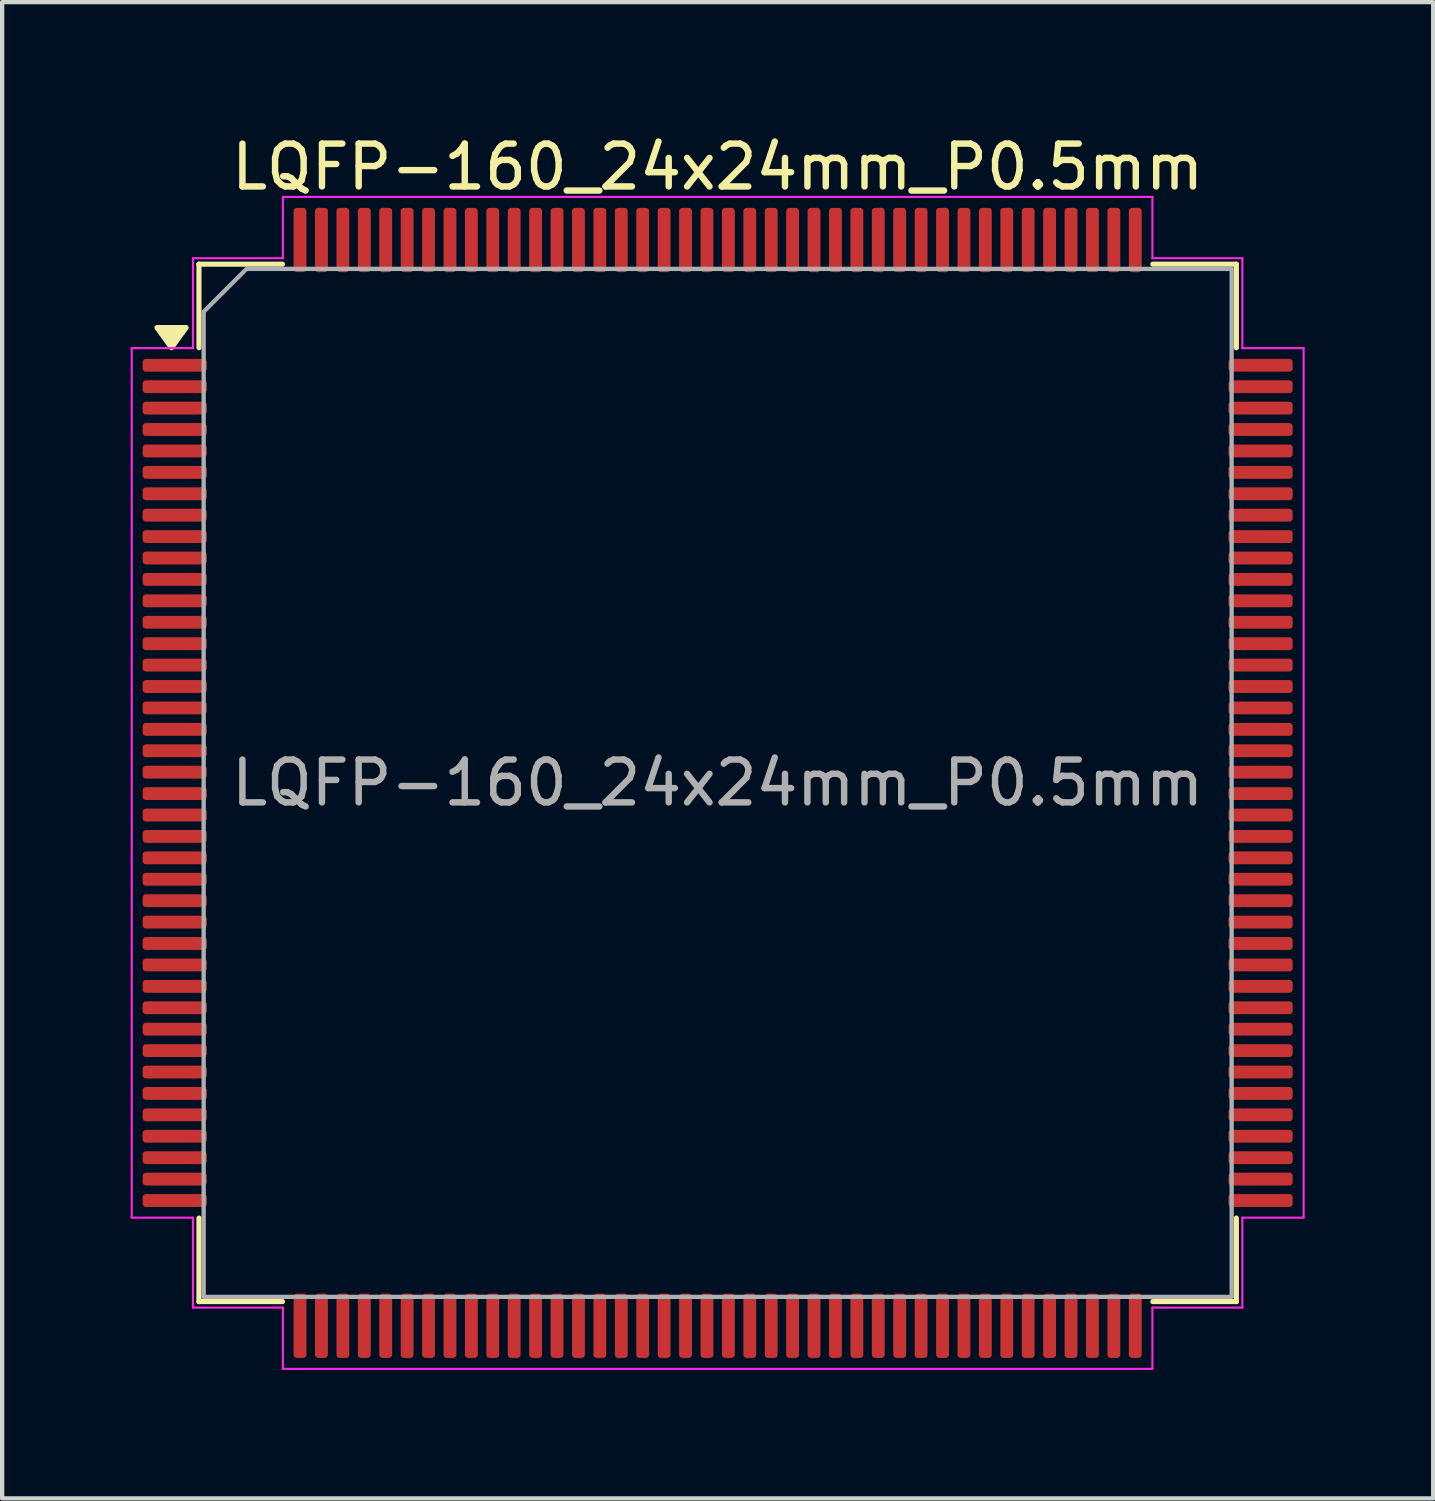
<source format=kicad_pcb>
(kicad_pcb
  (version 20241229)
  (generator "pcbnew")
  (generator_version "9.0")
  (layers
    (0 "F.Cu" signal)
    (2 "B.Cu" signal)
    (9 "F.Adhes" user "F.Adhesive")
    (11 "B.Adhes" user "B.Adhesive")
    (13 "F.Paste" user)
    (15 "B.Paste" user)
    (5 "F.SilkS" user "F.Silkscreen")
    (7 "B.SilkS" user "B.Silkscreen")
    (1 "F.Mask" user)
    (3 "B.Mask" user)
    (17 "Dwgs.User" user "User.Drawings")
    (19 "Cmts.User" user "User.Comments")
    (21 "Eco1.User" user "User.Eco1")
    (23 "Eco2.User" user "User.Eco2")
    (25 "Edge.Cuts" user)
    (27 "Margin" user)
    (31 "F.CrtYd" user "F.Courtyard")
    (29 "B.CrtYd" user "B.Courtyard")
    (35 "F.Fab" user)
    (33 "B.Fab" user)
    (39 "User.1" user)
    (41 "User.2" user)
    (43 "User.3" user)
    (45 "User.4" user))
  (footprint "LQFP-160_24x24mm_P0.5mm"
    (layer "F.Cu")
    (at 13.705 15.228)
    (property "Reference" "LQFP-160_24x24mm_P0.5mm" (at 0 -14.38 0) (layer "F.SilkS") (effects (font (size 1 1) (thickness 0.15))))
    (attr smd)
    (fp_line (start -12.11 -12.11) (end -10.16 -12.11) (stroke (width 0.12) (type solid)) (layer "F.SilkS"))
    (fp_line (start -12.11 -10.16) (end -12.11 -12.11) (stroke (width 0.12) (type solid)) (layer "F.SilkS"))
    (fp_line (start -12.11 12.11) (end -12.11 10.16) (stroke (width 0.12) (type solid)) (layer "F.SilkS"))
    (fp_line (start -10.16 12.11) (end -12.11 12.11) (stroke (width 0.12) (type solid)) (layer "F.SilkS"))
    (fp_line (start 10.16 -12.11) (end 12.11 -12.11) (stroke (width 0.12) (type solid)) (layer "F.SilkS"))
    (fp_line (start 12.11 -12.11) (end 12.11 -10.16) (stroke (width 0.12) (type solid)) (layer "F.SilkS"))
    (fp_line (start 12.11 10.16) (end 12.11 12.11) (stroke (width 0.12) (type solid)) (layer "F.SilkS"))
    (fp_line (start 12.11 12.11) (end 10.16 12.11) (stroke (width 0.12) (type solid)) (layer "F.SilkS"))
    (fp_poly (pts (xy -12.75 -10.16) (xy -13.09 -10.63) (xy -12.41 -10.63)) (stroke (width 0.12) (type solid)) (fill yes) (layer "F.SilkS"))
    (fp_line (start -13.68 -10.15) (end -12.25 -10.15) (stroke (width 0.05) (type solid)) (layer "F.CrtYd"))
    (fp_line (start -13.68 10.15) (end -13.68 -10.15) (stroke (width 0.05) (type solid)) (layer "F.CrtYd"))
    (fp_line (start -12.25 -12.25) (end -10.15 -12.25) (stroke (width 0.05) (type solid)) (layer "F.CrtYd"))
    (fp_line (start -12.25 -10.15) (end -12.25 -12.25) (stroke (width 0.05) (type solid)) (layer "F.CrtYd"))
    (fp_line (start -12.25 10.15) (end -13.68 10.15) (stroke (width 0.05) (type solid)) (layer "F.CrtYd"))
    (fp_line (start -12.25 12.25) (end -12.25 10.15) (stroke (width 0.05) (type solid)) (layer "F.CrtYd"))
    (fp_line (start -10.15 -13.68) (end 10.15 -13.68) (stroke (width 0.05) (type solid)) (layer "F.CrtYd"))
    (fp_line (start -10.15 -12.25) (end -10.15 -13.68) (stroke (width 0.05) (type solid)) (layer "F.CrtYd"))
    (fp_line (start -10.15 12.25) (end -12.25 12.25) (stroke (width 0.05) (type solid)) (layer "F.CrtYd"))
    (fp_line (start -10.15 13.68) (end -10.15 12.25) (stroke (width 0.05) (type solid)) (layer "F.CrtYd"))
    (fp_line (start 10.15 -13.68) (end 10.15 -12.25) (stroke (width 0.05) (type solid)) (layer "F.CrtYd"))
    (fp_line (start 10.15 -12.25) (end 12.25 -12.25) (stroke (width 0.05) (type solid)) (layer "F.CrtYd"))
    (fp_line (start 10.15 12.25) (end 10.15 13.68) (stroke (width 0.05) (type solid)) (layer "F.CrtYd"))
    (fp_line (start 10.15 13.68) (end -10.15 13.68) (stroke (width 0.05) (type solid)) (layer "F.CrtYd"))
    (fp_line (start 12.25 -12.25) (end 12.25 -10.15) (stroke (width 0.05) (type solid)) (layer "F.CrtYd"))
    (fp_line (start 12.25 -10.15) (end 13.68 -10.15) (stroke (width 0.05) (type solid)) (layer "F.CrtYd"))
    (fp_line (start 12.25 10.15) (end 12.25 12.25) (stroke (width 0.05) (type solid)) (layer "F.CrtYd"))
    (fp_line (start 12.25 12.25) (end 10.15 12.25) (stroke (width 0.05) (type solid)) (layer "F.CrtYd"))
    (fp_line (start 13.68 -10.15) (end 13.68 10.15) (stroke (width 0.05) (type solid)) (layer "F.CrtYd"))
    (fp_line (start 13.68 10.15) (end 12.25 10.15) (stroke (width 0.05) (type solid)) (layer "F.CrtYd"))
    (fp_poly (pts (xy -12 -11) (xy -12 12) (xy 12 12) (xy 12 -12) (xy -11 -12)) (stroke (width 0.1) (type solid)) (fill no) (layer "F.Fab"))
    (fp_text user "${REFERENCE}" (at 0 0 0) (layer "F.Fab") (effects (font (size 1 1) (thickness 0.15))))
    (pad "1" smd roundrect (at -12.675 -9.75) (size 1.5 0.3) (layers "F.Cu" "F.Mask" "F.Paste") (roundrect_rratio 0.25))
    (pad "2" smd roundrect (at -12.675 -9.25) (size 1.5 0.3) (layers "F.Cu" "F.Mask" "F.Paste") (roundrect_rratio 0.25))
    (pad "3" smd roundrect (at -12.675 -8.75) (size 1.5 0.3) (layers "F.Cu" "F.Mask" "F.Paste") (roundrect_rratio 0.25))
    (pad "4" smd roundrect (at -12.675 -8.25) (size 1.5 0.3) (layers "F.Cu" "F.Mask" "F.Paste") (roundrect_rratio 0.25))
    (pad "5" smd roundrect (at -12.675 -7.75) (size 1.5 0.3) (layers "F.Cu" "F.Mask" "F.Paste") (roundrect_rratio 0.25))
    (pad "6" smd roundrect (at -12.675 -7.25) (size 1.5 0.3) (layers "F.Cu" "F.Mask" "F.Paste") (roundrect_rratio 0.25))
    (pad "7" smd roundrect (at -12.675 -6.75) (size 1.5 0.3) (layers "F.Cu" "F.Mask" "F.Paste") (roundrect_rratio 0.25))
    (pad "8" smd roundrect (at -12.675 -6.25) (size 1.5 0.3) (layers "F.Cu" "F.Mask" "F.Paste") (roundrect_rratio 0.25))
    (pad "9" smd roundrect (at -12.675 -5.75) (size 1.5 0.3) (layers "F.Cu" "F.Mask" "F.Paste") (roundrect_rratio 0.25))
    (pad "10" smd roundrect (at -12.675 -5.25) (size 1.5 0.3) (layers "F.Cu" "F.Mask" "F.Paste") (roundrect_rratio 0.25))
    (pad "11" smd roundrect (at -12.675 -4.75) (size 1.5 0.3) (layers "F.Cu" "F.Mask" "F.Paste") (roundrect_rratio 0.25))
    (pad "12" smd roundrect (at -12.675 -4.25) (size 1.5 0.3) (layers "F.Cu" "F.Mask" "F.Paste") (roundrect_rratio 0.25))
    (pad "13" smd roundrect (at -12.675 -3.75) (size 1.5 0.3) (layers "F.Cu" "F.Mask" "F.Paste") (roundrect_rratio 0.25))
    (pad "14" smd roundrect (at -12.675 -3.25) (size 1.5 0.3) (layers "F.Cu" "F.Mask" "F.Paste") (roundrect_rratio 0.25))
    (pad "15" smd roundrect (at -12.675 -2.75) (size 1.5 0.3) (layers "F.Cu" "F.Mask" "F.Paste") (roundrect_rratio 0.25))
    (pad "16" smd roundrect (at -12.675 -2.25) (size 1.5 0.3) (layers "F.Cu" "F.Mask" "F.Paste") (roundrect_rratio 0.25))
    (pad "17" smd roundrect (at -12.675 -1.75) (size 1.5 0.3) (layers "F.Cu" "F.Mask" "F.Paste") (roundrect_rratio 0.25))
    (pad "18" smd roundrect (at -12.675 -1.25) (size 1.5 0.3) (layers "F.Cu" "F.Mask" "F.Paste") (roundrect_rratio 0.25))
    (pad "19" smd roundrect (at -12.675 -0.75) (size 1.5 0.3) (layers "F.Cu" "F.Mask" "F.Paste") (roundrect_rratio 0.25))
    (pad "20" smd roundrect (at -12.675 -0.25) (size 1.5 0.3) (layers "F.Cu" "F.Mask" "F.Paste") (roundrect_rratio 0.25))
    (pad "21" smd roundrect (at -12.675 0.25) (size 1.5 0.3) (layers "F.Cu" "F.Mask" "F.Paste") (roundrect_rratio 0.25))
    (pad "22" smd roundrect (at -12.675 0.75) (size 1.5 0.3) (layers "F.Cu" "F.Mask" "F.Paste") (roundrect_rratio 0.25))
    (pad "23" smd roundrect (at -12.675 1.25) (size 1.5 0.3) (layers "F.Cu" "F.Mask" "F.Paste") (roundrect_rratio 0.25))
    (pad "24" smd roundrect (at -12.675 1.75) (size 1.5 0.3) (layers "F.Cu" "F.Mask" "F.Paste") (roundrect_rratio 0.25))
    (pad "25" smd roundrect (at -12.675 2.25) (size 1.5 0.3) (layers "F.Cu" "F.Mask" "F.Paste") (roundrect_rratio 0.25))
    (pad "26" smd roundrect (at -12.675 2.75) (size 1.5 0.3) (layers "F.Cu" "F.Mask" "F.Paste") (roundrect_rratio 0.25))
    (pad "27" smd roundrect (at -12.675 3.25) (size 1.5 0.3) (layers "F.Cu" "F.Mask" "F.Paste") (roundrect_rratio 0.25))
    (pad "28" smd roundrect (at -12.675 3.75) (size 1.5 0.3) (layers "F.Cu" "F.Mask" "F.Paste") (roundrect_rratio 0.25))
    (pad "29" smd roundrect (at -12.675 4.25) (size 1.5 0.3) (layers "F.Cu" "F.Mask" "F.Paste") (roundrect_rratio 0.25))
    (pad "30" smd roundrect (at -12.675 4.75) (size 1.5 0.3) (layers "F.Cu" "F.Mask" "F.Paste") (roundrect_rratio 0.25))
    (pad "31" smd roundrect (at -12.675 5.25) (size 1.5 0.3) (layers "F.Cu" "F.Mask" "F.Paste") (roundrect_rratio 0.25))
    (pad "32" smd roundrect (at -12.675 5.75) (size 1.5 0.3) (layers "F.Cu" "F.Mask" "F.Paste") (roundrect_rratio 0.25))
    (pad "33" smd roundrect (at -12.675 6.25) (size 1.5 0.3) (layers "F.Cu" "F.Mask" "F.Paste") (roundrect_rratio 0.25))
    (pad "34" smd roundrect (at -12.675 6.75) (size 1.5 0.3) (layers "F.Cu" "F.Mask" "F.Paste") (roundrect_rratio 0.25))
    (pad "35" smd roundrect (at -12.675 7.25) (size 1.5 0.3) (layers "F.Cu" "F.Mask" "F.Paste") (roundrect_rratio 0.25))
    (pad "36" smd roundrect (at -12.675 7.75) (size 1.5 0.3) (layers "F.Cu" "F.Mask" "F.Paste") (roundrect_rratio 0.25))
    (pad "37" smd roundrect (at -12.675 8.25) (size 1.5 0.3) (layers "F.Cu" "F.Mask" "F.Paste") (roundrect_rratio 0.25))
    (pad "38" smd roundrect (at -12.675 8.75) (size 1.5 0.3) (layers "F.Cu" "F.Mask" "F.Paste") (roundrect_rratio 0.25))
    (pad "39" smd roundrect (at -12.675 9.25) (size 1.5 0.3) (layers "F.Cu" "F.Mask" "F.Paste") (roundrect_rratio 0.25))
    (pad "40" smd roundrect (at -12.675 9.75) (size 1.5 0.3) (layers "F.Cu" "F.Mask" "F.Paste") (roundrect_rratio 0.25))
    (pad "41" smd roundrect (at -9.75 12.675) (size 0.3 1.5) (layers "F.Cu" "F.Mask" "F.Paste") (roundrect_rratio 0.25))
    (pad "42" smd roundrect (at -9.25 12.675) (size 0.3 1.5) (layers "F.Cu" "F.Mask" "F.Paste") (roundrect_rratio 0.25))
    (pad "43" smd roundrect (at -8.75 12.675) (size 0.3 1.5) (layers "F.Cu" "F.Mask" "F.Paste") (roundrect_rratio 0.25))
    (pad "44" smd roundrect (at -8.25 12.675) (size 0.3 1.5) (layers "F.Cu" "F.Mask" "F.Paste") (roundrect_rratio 0.25))
    (pad "45" smd roundrect (at -7.75 12.675) (size 0.3 1.5) (layers "F.Cu" "F.Mask" "F.Paste") (roundrect_rratio 0.25))
    (pad "46" smd roundrect (at -7.25 12.675) (size 0.3 1.5) (layers "F.Cu" "F.Mask" "F.Paste") (roundrect_rratio 0.25))
    (pad "47" smd roundrect (at -6.75 12.675) (size 0.3 1.5) (layers "F.Cu" "F.Mask" "F.Paste") (roundrect_rratio 0.25))
    (pad "48" smd roundrect (at -6.25 12.675) (size 0.3 1.5) (layers "F.Cu" "F.Mask" "F.Paste") (roundrect_rratio 0.25))
    (pad "49" smd roundrect (at -5.75 12.675) (size 0.3 1.5) (layers "F.Cu" "F.Mask" "F.Paste") (roundrect_rratio 0.25))
    (pad "50" smd roundrect (at -5.25 12.675) (size 0.3 1.5) (layers "F.Cu" "F.Mask" "F.Paste") (roundrect_rratio 0.25))
    (pad "51" smd roundrect (at -4.75 12.675) (size 0.3 1.5) (layers "F.Cu" "F.Mask" "F.Paste") (roundrect_rratio 0.25))
    (pad "52" smd roundrect (at -4.25 12.675) (size 0.3 1.5) (layers "F.Cu" "F.Mask" "F.Paste") (roundrect_rratio 0.25))
    (pad "53" smd roundrect (at -3.75 12.675) (size 0.3 1.5) (layers "F.Cu" "F.Mask" "F.Paste") (roundrect_rratio 0.25))
    (pad "54" smd roundrect (at -3.25 12.675) (size 0.3 1.5) (layers "F.Cu" "F.Mask" "F.Paste") (roundrect_rratio 0.25))
    (pad "55" smd roundrect (at -2.75 12.675) (size 0.3 1.5) (layers "F.Cu" "F.Mask" "F.Paste") (roundrect_rratio 0.25))
    (pad "56" smd roundrect (at -2.25 12.675) (size 0.3 1.5) (layers "F.Cu" "F.Mask" "F.Paste") (roundrect_rratio 0.25))
    (pad "57" smd roundrect (at -1.75 12.675) (size 0.3 1.5) (layers "F.Cu" "F.Mask" "F.Paste") (roundrect_rratio 0.25))
    (pad "58" smd roundrect (at -1.25 12.675) (size 0.3 1.5) (layers "F.Cu" "F.Mask" "F.Paste") (roundrect_rratio 0.25))
    (pad "59" smd roundrect (at -0.75 12.675) (size 0.3 1.5) (layers "F.Cu" "F.Mask" "F.Paste") (roundrect_rratio 0.25))
    (pad "60" smd roundrect (at -0.25 12.675) (size 0.3 1.5) (layers "F.Cu" "F.Mask" "F.Paste") (roundrect_rratio 0.25))
    (pad "61" smd roundrect (at 0.25 12.675) (size 0.3 1.5) (layers "F.Cu" "F.Mask" "F.Paste") (roundrect_rratio 0.25))
    (pad "62" smd roundrect (at 0.75 12.675) (size 0.3 1.5) (layers "F.Cu" "F.Mask" "F.Paste") (roundrect_rratio 0.25))
    (pad "63" smd roundrect (at 1.25 12.675) (size 0.3 1.5) (layers "F.Cu" "F.Mask" "F.Paste") (roundrect_rratio 0.25))
    (pad "64" smd roundrect (at 1.75 12.675) (size 0.3 1.5) (layers "F.Cu" "F.Mask" "F.Paste") (roundrect_rratio 0.25))
    (pad "65" smd roundrect (at 2.25 12.675) (size 0.3 1.5) (layers "F.Cu" "F.Mask" "F.Paste") (roundrect_rratio 0.25))
    (pad "66" smd roundrect (at 2.75 12.675) (size 0.3 1.5) (layers "F.Cu" "F.Mask" "F.Paste") (roundrect_rratio 0.25))
    (pad "67" smd roundrect (at 3.25 12.675) (size 0.3 1.5) (layers "F.Cu" "F.Mask" "F.Paste") (roundrect_rratio 0.25))
    (pad "68" smd roundrect (at 3.75 12.675) (size 0.3 1.5) (layers "F.Cu" "F.Mask" "F.Paste") (roundrect_rratio 0.25))
    (pad "69" smd roundrect (at 4.25 12.675) (size 0.3 1.5) (layers "F.Cu" "F.Mask" "F.Paste") (roundrect_rratio 0.25))
    (pad "70" smd roundrect (at 4.75 12.675) (size 0.3 1.5) (layers "F.Cu" "F.Mask" "F.Paste") (roundrect_rratio 0.25))
    (pad "71" smd roundrect (at 5.25 12.675) (size 0.3 1.5) (layers "F.Cu" "F.Mask" "F.Paste") (roundrect_rratio 0.25))
    (pad "72" smd roundrect (at 5.75 12.675) (size 0.3 1.5) (layers "F.Cu" "F.Mask" "F.Paste") (roundrect_rratio 0.25))
    (pad "73" smd roundrect (at 6.25 12.675) (size 0.3 1.5) (layers "F.Cu" "F.Mask" "F.Paste") (roundrect_rratio 0.25))
    (pad "74" smd roundrect (at 6.75 12.675) (size 0.3 1.5) (layers "F.Cu" "F.Mask" "F.Paste") (roundrect_rratio 0.25))
    (pad "75" smd roundrect (at 7.25 12.675) (size 0.3 1.5) (layers "F.Cu" "F.Mask" "F.Paste") (roundrect_rratio 0.25))
    (pad "76" smd roundrect (at 7.75 12.675) (size 0.3 1.5) (layers "F.Cu" "F.Mask" "F.Paste") (roundrect_rratio 0.25))
    (pad "77" smd roundrect (at 8.25 12.675) (size 0.3 1.5) (layers "F.Cu" "F.Mask" "F.Paste") (roundrect_rratio 0.25))
    (pad "78" smd roundrect (at 8.75 12.675) (size 0.3 1.5) (layers "F.Cu" "F.Mask" "F.Paste") (roundrect_rratio 0.25))
    (pad "79" smd roundrect (at 9.25 12.675) (size 0.3 1.5) (layers "F.Cu" "F.Mask" "F.Paste") (roundrect_rratio 0.25))
    (pad "80" smd roundrect (at 9.75 12.675) (size 0.3 1.5) (layers "F.Cu" "F.Mask" "F.Paste") (roundrect_rratio 0.25))
    (pad "81" smd roundrect (at 12.675 9.75) (size 1.5 0.3) (layers "F.Cu" "F.Mask" "F.Paste") (roundrect_rratio 0.25))
    (pad "82" smd roundrect (at 12.675 9.25) (size 1.5 0.3) (layers "F.Cu" "F.Mask" "F.Paste") (roundrect_rratio 0.25))
    (pad "83" smd roundrect (at 12.675 8.75) (size 1.5 0.3) (layers "F.Cu" "F.Mask" "F.Paste") (roundrect_rratio 0.25))
    (pad "84" smd roundrect (at 12.675 8.25) (size 1.5 0.3) (layers "F.Cu" "F.Mask" "F.Paste") (roundrect_rratio 0.25))
    (pad "85" smd roundrect (at 12.675 7.75) (size 1.5 0.3) (layers "F.Cu" "F.Mask" "F.Paste") (roundrect_rratio 0.25))
    (pad "86" smd roundrect (at 12.675 7.25) (size 1.5 0.3) (layers "F.Cu" "F.Mask" "F.Paste") (roundrect_rratio 0.25))
    (pad "87" smd roundrect (at 12.675 6.75) (size 1.5 0.3) (layers "F.Cu" "F.Mask" "F.Paste") (roundrect_rratio 0.25))
    (pad "88" smd roundrect (at 12.675 6.25) (size 1.5 0.3) (layers "F.Cu" "F.Mask" "F.Paste") (roundrect_rratio 0.25))
    (pad "89" smd roundrect (at 12.675 5.75) (size 1.5 0.3) (layers "F.Cu" "F.Mask" "F.Paste") (roundrect_rratio 0.25))
    (pad "90" smd roundrect (at 12.675 5.25) (size 1.5 0.3) (layers "F.Cu" "F.Mask" "F.Paste") (roundrect_rratio 0.25))
    (pad "91" smd roundrect (at 12.675 4.75) (size 1.5 0.3) (layers "F.Cu" "F.Mask" "F.Paste") (roundrect_rratio 0.25))
    (pad "92" smd roundrect (at 12.675 4.25) (size 1.5 0.3) (layers "F.Cu" "F.Mask" "F.Paste") (roundrect_rratio 0.25))
    (pad "93" smd roundrect (at 12.675 3.75) (size 1.5 0.3) (layers "F.Cu" "F.Mask" "F.Paste") (roundrect_rratio 0.25))
    (pad "94" smd roundrect (at 12.675 3.25) (size 1.5 0.3) (layers "F.Cu" "F.Mask" "F.Paste") (roundrect_rratio 0.25))
    (pad "95" smd roundrect (at 12.675 2.75) (size 1.5 0.3) (layers "F.Cu" "F.Mask" "F.Paste") (roundrect_rratio 0.25))
    (pad "96" smd roundrect (at 12.675 2.25) (size 1.5 0.3) (layers "F.Cu" "F.Mask" "F.Paste") (roundrect_rratio 0.25))
    (pad "97" smd roundrect (at 12.675 1.75) (size 1.5 0.3) (layers "F.Cu" "F.Mask" "F.Paste") (roundrect_rratio 0.25))
    (pad "98" smd roundrect (at 12.675 1.25) (size 1.5 0.3) (layers "F.Cu" "F.Mask" "F.Paste") (roundrect_rratio 0.25))
    (pad "99" smd roundrect (at 12.675 0.75) (size 1.5 0.3) (layers "F.Cu" "F.Mask" "F.Paste") (roundrect_rratio 0.25))
    (pad "100" smd roundrect (at 12.675 0.25) (size 1.5 0.3) (layers "F.Cu" "F.Mask" "F.Paste") (roundrect_rratio 0.25))
    (pad "101" smd roundrect (at 12.675 -0.25) (size 1.5 0.3) (layers "F.Cu" "F.Mask" "F.Paste") (roundrect_rratio 0.25))
    (pad "102" smd roundrect (at 12.675 -0.75) (size 1.5 0.3) (layers "F.Cu" "F.Mask" "F.Paste") (roundrect_rratio 0.25))
    (pad "103" smd roundrect (at 12.675 -1.25) (size 1.5 0.3) (layers "F.Cu" "F.Mask" "F.Paste") (roundrect_rratio 0.25))
    (pad "104" smd roundrect (at 12.675 -1.75) (size 1.5 0.3) (layers "F.Cu" "F.Mask" "F.Paste") (roundrect_rratio 0.25))
    (pad "105" smd roundrect (at 12.675 -2.25) (size 1.5 0.3) (layers "F.Cu" "F.Mask" "F.Paste") (roundrect_rratio 0.25))
    (pad "106" smd roundrect (at 12.675 -2.75) (size 1.5 0.3) (layers "F.Cu" "F.Mask" "F.Paste") (roundrect_rratio 0.25))
    (pad "107" smd roundrect (at 12.675 -3.25) (size 1.5 0.3) (layers "F.Cu" "F.Mask" "F.Paste") (roundrect_rratio 0.25))
    (pad "108" smd roundrect (at 12.675 -3.75) (size 1.5 0.3) (layers "F.Cu" "F.Mask" "F.Paste") (roundrect_rratio 0.25))
    (pad "109" smd roundrect (at 12.675 -4.25) (size 1.5 0.3) (layers "F.Cu" "F.Mask" "F.Paste") (roundrect_rratio 0.25))
    (pad "110" smd roundrect (at 12.675 -4.75) (size 1.5 0.3) (layers "F.Cu" "F.Mask" "F.Paste") (roundrect_rratio 0.25))
    (pad "111" smd roundrect (at 12.675 -5.25) (size 1.5 0.3) (layers "F.Cu" "F.Mask" "F.Paste") (roundrect_rratio 0.25))
    (pad "112" smd roundrect (at 12.675 -5.75) (size 1.5 0.3) (layers "F.Cu" "F.Mask" "F.Paste") (roundrect_rratio 0.25))
    (pad "113" smd roundrect (at 12.675 -6.25) (size 1.5 0.3) (layers "F.Cu" "F.Mask" "F.Paste") (roundrect_rratio 0.25))
    (pad "114" smd roundrect (at 12.675 -6.75) (size 1.5 0.3) (layers "F.Cu" "F.Mask" "F.Paste") (roundrect_rratio 0.25))
    (pad "115" smd roundrect (at 12.675 -7.25) (size 1.5 0.3) (layers "F.Cu" "F.Mask" "F.Paste") (roundrect_rratio 0.25))
    (pad "116" smd roundrect (at 12.675 -7.75) (size 1.5 0.3) (layers "F.Cu" "F.Mask" "F.Paste") (roundrect_rratio 0.25))
    (pad "117" smd roundrect (at 12.675 -8.25) (size 1.5 0.3) (layers "F.Cu" "F.Mask" "F.Paste") (roundrect_rratio 0.25))
    (pad "118" smd roundrect (at 12.675 -8.75) (size 1.5 0.3) (layers "F.Cu" "F.Mask" "F.Paste") (roundrect_rratio 0.25))
    (pad "119" smd roundrect (at 12.675 -9.25) (size 1.5 0.3) (layers "F.Cu" "F.Mask" "F.Paste") (roundrect_rratio 0.25))
    (pad "120" smd roundrect (at 12.675 -9.75) (size 1.5 0.3) (layers "F.Cu" "F.Mask" "F.Paste") (roundrect_rratio 0.25))
    (pad "121" smd roundrect (at 9.75 -12.675) (size 0.3 1.5) (layers "F.Cu" "F.Mask" "F.Paste") (roundrect_rratio 0.25))
    (pad "122" smd roundrect (at 9.25 -12.675) (size 0.3 1.5) (layers "F.Cu" "F.Mask" "F.Paste") (roundrect_rratio 0.25))
    (pad "123" smd roundrect (at 8.75 -12.675) (size 0.3 1.5) (layers "F.Cu" "F.Mask" "F.Paste") (roundrect_rratio 0.25))
    (pad "124" smd roundrect (at 8.25 -12.675) (size 0.3 1.5) (layers "F.Cu" "F.Mask" "F.Paste") (roundrect_rratio 0.25))
    (pad "125" smd roundrect (at 7.75 -12.675) (size 0.3 1.5) (layers "F.Cu" "F.Mask" "F.Paste") (roundrect_rratio 0.25))
    (pad "126" smd roundrect (at 7.25 -12.675) (size 0.3 1.5) (layers "F.Cu" "F.Mask" "F.Paste") (roundrect_rratio 0.25))
    (pad "127" smd roundrect (at 6.75 -12.675) (size 0.3 1.5) (layers "F.Cu" "F.Mask" "F.Paste") (roundrect_rratio 0.25))
    (pad "128" smd roundrect (at 6.25 -12.675) (size 0.3 1.5) (layers "F.Cu" "F.Mask" "F.Paste") (roundrect_rratio 0.25))
    (pad "129" smd roundrect (at 5.75 -12.675) (size 0.3 1.5) (layers "F.Cu" "F.Mask" "F.Paste") (roundrect_rratio 0.25))
    (pad "130" smd roundrect (at 5.25 -12.675) (size 0.3 1.5) (layers "F.Cu" "F.Mask" "F.Paste") (roundrect_rratio 0.25))
    (pad "131" smd roundrect (at 4.75 -12.675) (size 0.3 1.5) (layers "F.Cu" "F.Mask" "F.Paste") (roundrect_rratio 0.25))
    (pad "132" smd roundrect (at 4.25 -12.675) (size 0.3 1.5) (layers "F.Cu" "F.Mask" "F.Paste") (roundrect_rratio 0.25))
    (pad "133" smd roundrect (at 3.75 -12.675) (size 0.3 1.5) (layers "F.Cu" "F.Mask" "F.Paste") (roundrect_rratio 0.25))
    (pad "134" smd roundrect (at 3.25 -12.675) (size 0.3 1.5) (layers "F.Cu" "F.Mask" "F.Paste") (roundrect_rratio 0.25))
    (pad "135" smd roundrect (at 2.75 -12.675) (size 0.3 1.5) (layers "F.Cu" "F.Mask" "F.Paste") (roundrect_rratio 0.25))
    (pad "136" smd roundrect (at 2.25 -12.675) (size 0.3 1.5) (layers "F.Cu" "F.Mask" "F.Paste") (roundrect_rratio 0.25))
    (pad "137" smd roundrect (at 1.75 -12.675) (size 0.3 1.5) (layers "F.Cu" "F.Mask" "F.Paste") (roundrect_rratio 0.25))
    (pad "138" smd roundrect (at 1.25 -12.675) (size 0.3 1.5) (layers "F.Cu" "F.Mask" "F.Paste") (roundrect_rratio 0.25))
    (pad "139" smd roundrect (at 0.75 -12.675) (size 0.3 1.5) (layers "F.Cu" "F.Mask" "F.Paste") (roundrect_rratio 0.25))
    (pad "140" smd roundrect (at 0.25 -12.675) (size 0.3 1.5) (layers "F.Cu" "F.Mask" "F.Paste") (roundrect_rratio 0.25))
    (pad "141" smd roundrect (at -0.25 -12.675) (size 0.3 1.5) (layers "F.Cu" "F.Mask" "F.Paste") (roundrect_rratio 0.25))
    (pad "142" smd roundrect (at -0.75 -12.675) (size 0.3 1.5) (layers "F.Cu" "F.Mask" "F.Paste") (roundrect_rratio 0.25))
    (pad "143" smd roundrect (at -1.25 -12.675) (size 0.3 1.5) (layers "F.Cu" "F.Mask" "F.Paste") (roundrect_rratio 0.25))
    (pad "144" smd roundrect (at -1.75 -12.675) (size 0.3 1.5) (layers "F.Cu" "F.Mask" "F.Paste") (roundrect_rratio 0.25))
    (pad "145" smd roundrect (at -2.25 -12.675) (size 0.3 1.5) (layers "F.Cu" "F.Mask" "F.Paste") (roundrect_rratio 0.25))
    (pad "146" smd roundrect (at -2.75 -12.675) (size 0.3 1.5) (layers "F.Cu" "F.Mask" "F.Paste") (roundrect_rratio 0.25))
    (pad "147" smd roundrect (at -3.25 -12.675) (size 0.3 1.5) (layers "F.Cu" "F.Mask" "F.Paste") (roundrect_rratio 0.25))
    (pad "148" smd roundrect (at -3.75 -12.675) (size 0.3 1.5) (layers "F.Cu" "F.Mask" "F.Paste") (roundrect_rratio 0.25))
    (pad "149" smd roundrect (at -4.25 -12.675) (size 0.3 1.5) (layers "F.Cu" "F.Mask" "F.Paste") (roundrect_rratio 0.25))
    (pad "150" smd roundrect (at -4.75 -12.675) (size 0.3 1.5) (layers "F.Cu" "F.Mask" "F.Paste") (roundrect_rratio 0.25))
    (pad "151" smd roundrect (at -5.25 -12.675) (size 0.3 1.5) (layers "F.Cu" "F.Mask" "F.Paste") (roundrect_rratio 0.25))
    (pad "152" smd roundrect (at -5.75 -12.675) (size 0.3 1.5) (layers "F.Cu" "F.Mask" "F.Paste") (roundrect_rratio 0.25))
    (pad "153" smd roundrect (at -6.25 -12.675) (size 0.3 1.5) (layers "F.Cu" "F.Mask" "F.Paste") (roundrect_rratio 0.25))
    (pad "154" smd roundrect (at -6.75 -12.675) (size 0.3 1.5) (layers "F.Cu" "F.Mask" "F.Paste") (roundrect_rratio 0.25))
    (pad "155" smd roundrect (at -7.25 -12.675) (size 0.3 1.5) (layers "F.Cu" "F.Mask" "F.Paste") (roundrect_rratio 0.25))
    (pad "156" smd roundrect (at -7.75 -12.675) (size 0.3 1.5) (layers "F.Cu" "F.Mask" "F.Paste") (roundrect_rratio 0.25))
    (pad "157" smd roundrect (at -8.25 -12.675) (size 0.3 1.5) (layers "F.Cu" "F.Mask" "F.Paste") (roundrect_rratio 0.25))
    (pad "158" smd roundrect (at -8.75 -12.675) (size 0.3 1.5) (layers "F.Cu" "F.Mask" "F.Paste") (roundrect_rratio 0.25))
    (pad "159" smd roundrect (at -9.25 -12.675) (size 0.3 1.5) (layers "F.Cu" "F.Mask" "F.Paste") (roundrect_rratio 0.25))
    (pad "160" smd roundrect (at -9.75 -12.675) (size 0.3 1.5) (layers "F.Cu" "F.Mask" "F.Paste") (roundrect_rratio 0.25)))
  (gr_rect
    (start -3 -3)
    (end 30.41 31.933)
    (stroke (width 0.1) (type default))
    (fill no)
    (layer "Edge.Cuts")))
</source>
